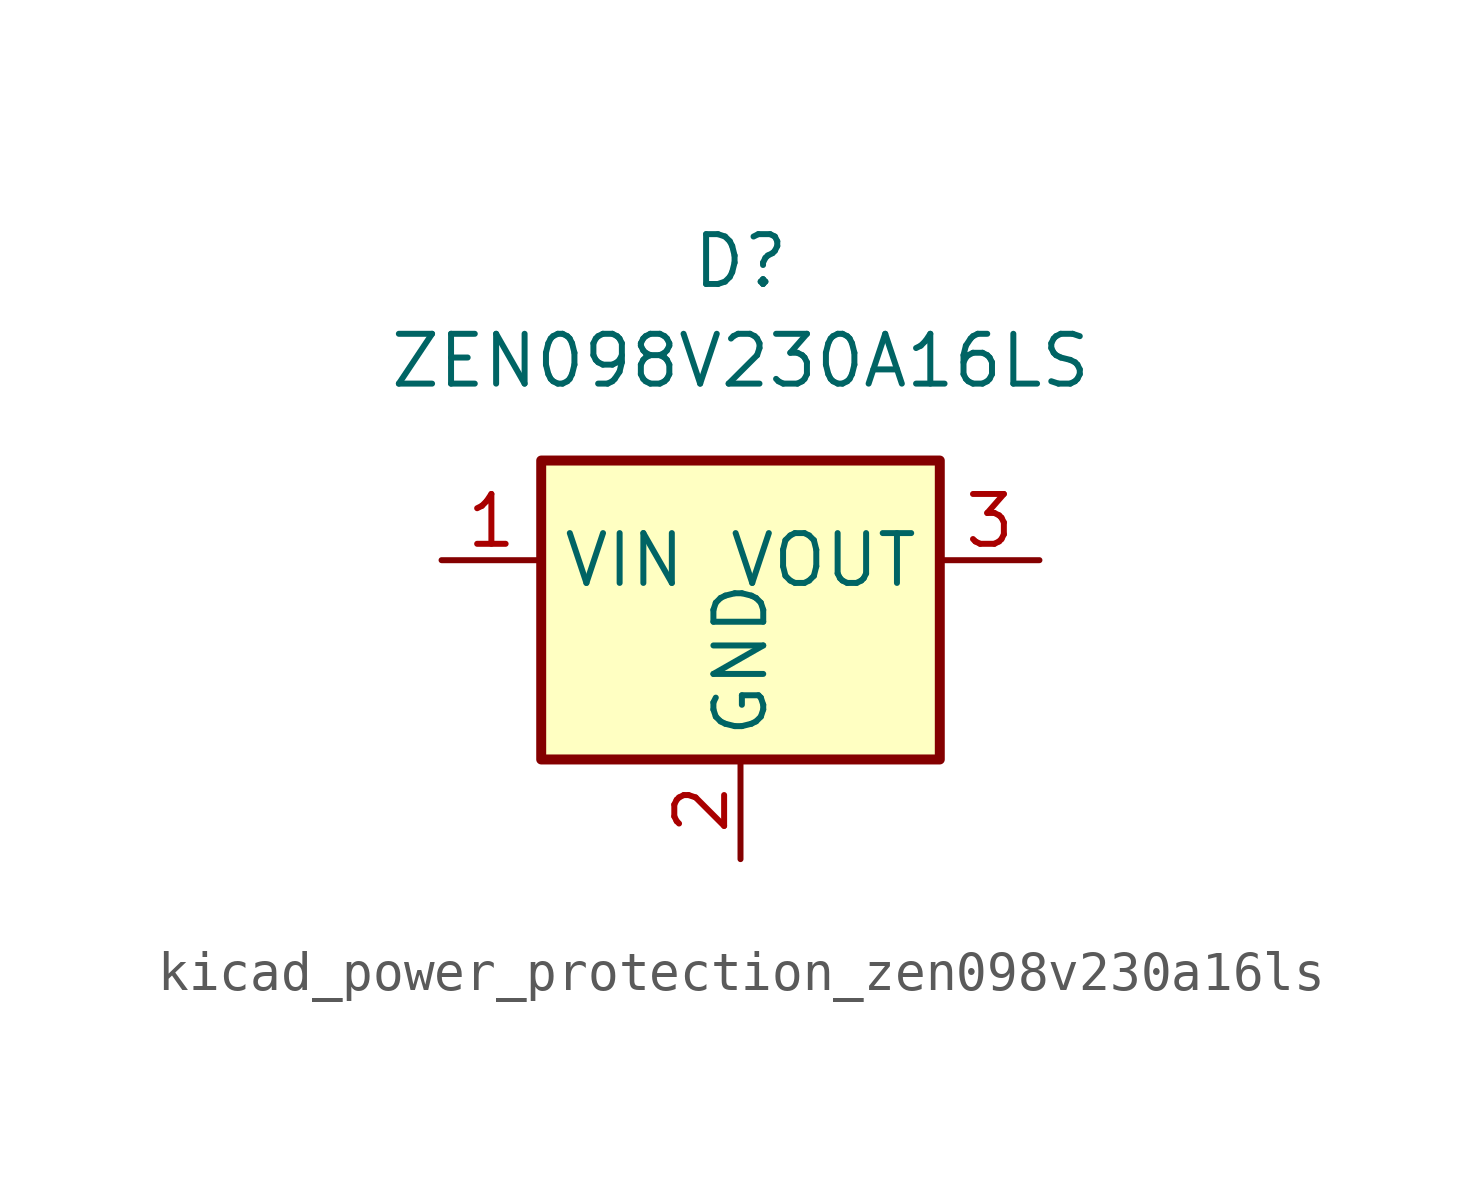
<source format=kicad_sym>
(kicad_symbol_lib
  (version 20220914)
  (generator kicad_symbol_editor)
  (symbol "kicad_power_protection_zen098v230a16ls"
    (property "Reference" "D"
      (at 0 10.16 0)
      (effects (font (size 1.27 1.27))))
    (property "Value" "ZEN098V230A16LS"
      (at 0 7.62 0)
      (effects (font (size 1.27 1.27))))
    (symbol "kicad_power_protection_zen098v230a16ls_0_1"
      (rectangle (start -5.08 5.08) (end 5.08 -2.54) (stroke (width 0.254) (type default)) (fill (type background))))
    (symbol "kicad_power_protection_zen098v230a16ls_1_1"
      (pin passive line (at -7.62 2.54 0) (length 2.54) (name "VIN" (effects (font (size 1.27 1.27)))) (number "1" (effects (font (size 1.27 1.27)))))
      (pin power_in line (at 0 -5.08 90) (length 2.54) (name "GND" (effects (font (size 1.27 1.27)))) (number "2" (effects (font (size 1.27 1.27)))))
      (pin passive line (at 7.62 2.54 180) (length 2.54) (name "VOUT" (effects (font (size 1.27 1.27)))) (number "3" (effects (font (size 1.27 1.27))))))))
</source>
